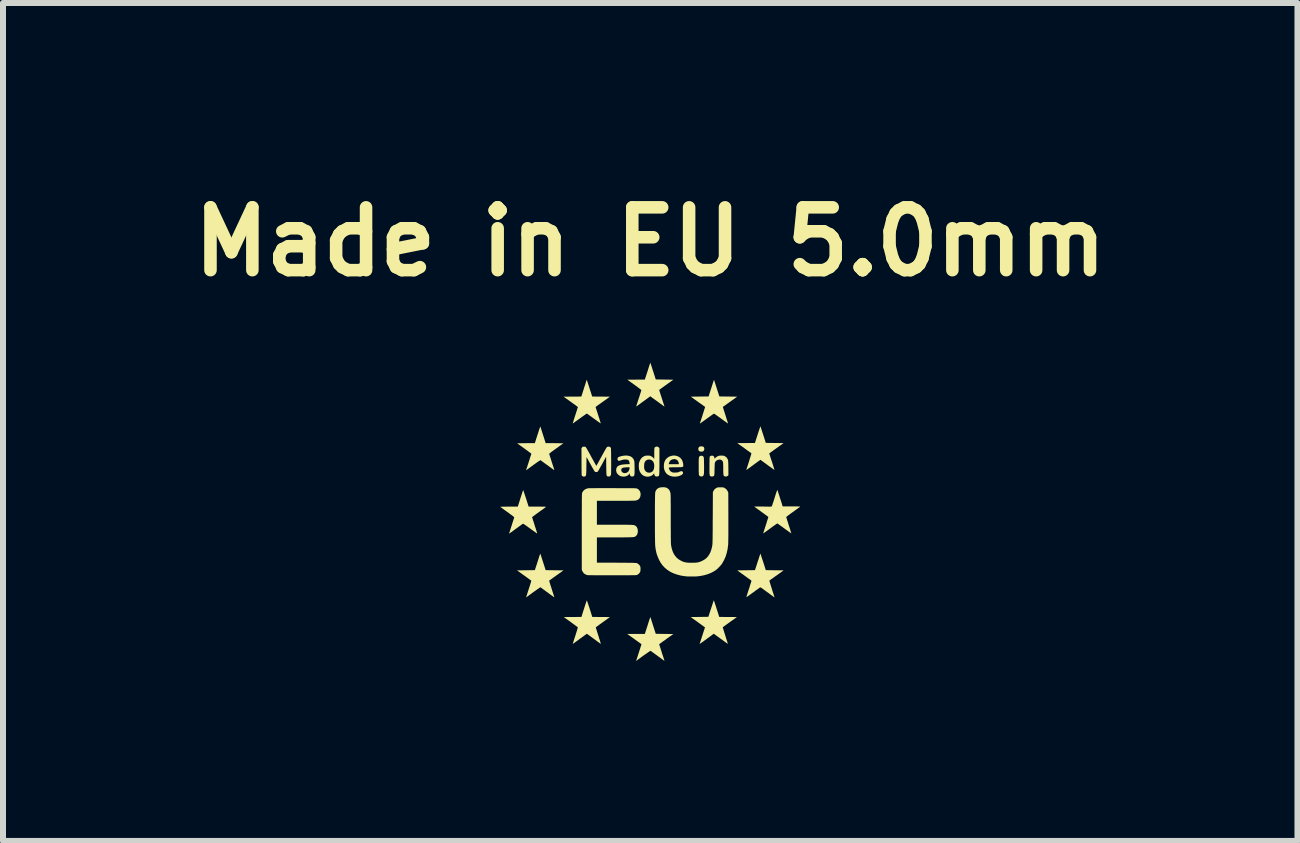
<source format=kicad_pcb>
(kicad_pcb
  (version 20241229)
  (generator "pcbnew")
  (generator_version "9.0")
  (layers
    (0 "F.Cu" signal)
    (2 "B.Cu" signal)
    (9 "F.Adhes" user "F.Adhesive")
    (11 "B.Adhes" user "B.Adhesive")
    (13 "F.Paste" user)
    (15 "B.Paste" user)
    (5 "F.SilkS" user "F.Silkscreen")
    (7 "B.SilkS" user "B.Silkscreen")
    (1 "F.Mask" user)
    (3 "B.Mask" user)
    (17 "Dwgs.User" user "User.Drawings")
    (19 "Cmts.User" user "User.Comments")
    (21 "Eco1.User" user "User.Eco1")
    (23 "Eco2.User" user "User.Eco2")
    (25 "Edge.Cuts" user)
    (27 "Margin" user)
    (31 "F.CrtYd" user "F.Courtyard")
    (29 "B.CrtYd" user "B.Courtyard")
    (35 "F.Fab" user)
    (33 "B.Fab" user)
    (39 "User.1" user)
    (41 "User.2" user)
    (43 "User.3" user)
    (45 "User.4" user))
  (footprint "Made in EU 5.0mm"
    (layer "F.Cu")
    (at 7.787 5.479)
    (property "Reference" "Made in EU 5.0mm" (at 0 -4.5 180) (layer "F.SilkS") (effects (font (size 1.047 1.047) (thickness 0.209))))
    (attr board_only exclude_from_pos_files exclude_from_bom)
    (fp_poly (pts (xy 0.868 -1.089) (xy 0.884 -1.084) (xy 0.895 -1.074) (xy 0.9 -1.06) (xy 0.901 -1.047) (xy 0.898 -1.028) (xy 0.889 -1.014) (xy 0.878 -1.006) (xy 0.865 -1.002) (xy 0.849 -1.002) (xy 0.833 -1.004) (xy 0.823 -1.007) (xy 0.812 -1.015) (xy 0.804 -1.028) (xy 0.801 -1.044) (xy 0.802 -1.06) (xy 0.809 -1.074) (xy 0.813 -1.079) (xy 0.821 -1.085) (xy 0.832 -1.088) (xy 0.846 -1.09)) (stroke (width 0) (type solid)) (fill yes) (layer "F.SilkS"))
    (fp_poly (pts (xy 0.87 -0.931) (xy 0.883 -0.923) (xy 0.891 -0.909) (xy 0.893 -0.9) (xy 0.894 -0.892) (xy 0.895 -0.878) (xy 0.895 -0.859) (xy 0.896 -0.835) (xy 0.896 -0.809) (xy 0.897 -0.78) (xy 0.897 -0.751) (xy 0.897 -0.723) (xy 0.897 -0.696) (xy 0.896 -0.672) (xy 0.896 -0.652) (xy 0.895 -0.636) (xy 0.894 -0.627) (xy 0.889 -0.609) (xy 0.882 -0.599) (xy 0.874 -0.592) (xy 0.866 -0.589) (xy 0.854 -0.588) (xy 0.853 -0.588) (xy 0.837 -0.59) (xy 0.825 -0.595) (xy 0.825 -0.596) (xy 0.817 -0.604) (xy 0.812 -0.616) (xy 0.811 -0.617) (xy 0.81 -0.625) (xy 0.81 -0.639) (xy 0.809 -0.658) (xy 0.808 -0.681) (xy 0.808 -0.708) (xy 0.808 -0.736) (xy 0.808 -0.765) (xy 0.808 -0.795) (xy 0.808 -0.823) (xy 0.808 -0.848) (xy 0.809 -0.871) (xy 0.81 -0.888) (xy 0.811 -0.9) (xy 0.811 -0.905) (xy 0.819 -0.92) (xy 0.831 -0.93) (xy 0.848 -0.934) (xy 0.853 -0.934)) (stroke (width 0) (type solid)) (fill yes) (layer "F.SilkS"))
    (fp_poly (pts (xy 1.838 -1.422) (xy 1.838 -1.422) (xy 1.839 -1.417) (xy 1.843 -1.406) (xy 1.848 -1.39) (xy 1.855 -1.368) (xy 1.863 -1.344) (xy 1.872 -1.316) (xy 1.882 -1.286) (xy 1.883 -1.282) (xy 1.926 -1.148) (xy 2.074 -1.146) (xy 2.222 -1.144) (xy 2.103 -1.059) (xy 2.077 -1.04) (xy 2.052 -1.023) (xy 2.031 -1.007) (xy 2.013 -0.994) (xy 1.998 -0.983) (xy 1.988 -0.975) (xy 1.984 -0.972) (xy 1.984 -0.971) (xy 1.985 -0.968) (xy 1.988 -0.957) (xy 1.993 -0.942) (xy 1.999 -0.921) (xy 2.007 -0.897) (xy 2.016 -0.869) (xy 2.026 -0.839) (xy 2.028 -0.834) (xy 2.038 -0.803) (xy 2.047 -0.775) (xy 2.054 -0.75) (xy 2.061 -0.729) (xy 2.066 -0.713) (xy 2.069 -0.702) (xy 2.071 -0.697) (xy 2.071 -0.697) (xy 2.068 -0.698) (xy 2.059 -0.704) (xy 2.046 -0.713) (xy 2.029 -0.726) (xy 2.008 -0.741) (xy 1.985 -0.757) (xy 1.959 -0.776) (xy 1.953 -0.781) (xy 1.836 -0.866) (xy 1.725 -0.785) (xy 1.694 -0.762) (xy 1.669 -0.743) (xy 1.648 -0.729) (xy 1.632 -0.717) (xy 1.62 -0.709) (xy 1.612 -0.703) (xy 1.606 -0.7) (xy 1.603 -0.698) (xy 1.601 -0.698) (xy 1.601 -0.699) (xy 1.602 -0.702) (xy 1.602 -0.702) (xy 1.614 -0.739) (xy 1.626 -0.775) (xy 1.637 -0.81) (xy 1.648 -0.844) (xy 1.657 -0.875) (xy 1.666 -0.903) (xy 1.674 -0.928) (xy 1.68 -0.948) (xy 1.684 -0.963) (xy 1.686 -0.972) (xy 1.686 -0.975) (xy 1.683 -0.977) (xy 1.674 -0.984) (xy 1.66 -0.994) (xy 1.642 -1.006) (xy 1.621 -1.021) (xy 1.598 -1.038) (xy 1.572 -1.057) (xy 1.567 -1.061) (xy 1.45 -1.144) (xy 1.598 -1.145) (xy 1.745 -1.146) (xy 1.777 -1.246) (xy 1.79 -1.286) (xy 1.801 -1.321) (xy 1.81 -1.349) (xy 1.818 -1.371) (xy 1.824 -1.389) (xy 1.828 -1.402) (xy 1.832 -1.412) (xy 1.834 -1.418) (xy 1.836 -1.421) (xy 1.837 -1.423)) (stroke (width 0) (type solid)) (fill yes) (layer "F.SilkS"))
    (fp_poly (pts (xy 0.005 1.761) (xy 0.008 1.772) (xy 0.014 1.789) (xy 0.02 1.81) (xy 0.028 1.835) (xy 0.037 1.863) (xy 0.047 1.893) (xy 0.048 1.898) (xy 0.092 2.034) (xy 0.238 2.036) (xy 0.385 2.038) (xy 0.275 2.116) (xy 0.25 2.135) (xy 0.226 2.152) (xy 0.204 2.167) (xy 0.186 2.181) (xy 0.171 2.191) (xy 0.162 2.198) (xy 0.157 2.202) (xy 0.149 2.209) (xy 0.192 2.343) (xy 0.201 2.373) (xy 0.211 2.401) (xy 0.219 2.426) (xy 0.226 2.448) (xy 0.231 2.465) (xy 0.235 2.476) (xy 0.236 2.482) (xy 0.237 2.482) (xy 0.237 2.485) (xy 0.234 2.483) (xy 0.228 2.479) (xy 0.218 2.472) (xy 0.204 2.462) (xy 0.186 2.449) (xy 0.166 2.434) (xy 0.144 2.418) (xy 0.121 2.401) (xy 0.099 2.385) (xy 0.076 2.369) (xy 0.056 2.354) (xy 0.038 2.341) (xy 0.023 2.33) (xy 0.012 2.322) (xy 0.006 2.318) (xy 0.005 2.317) (xy 0.001 2.319) (xy -0.007 2.325) (xy -0.021 2.333) (xy -0.038 2.345) (xy -0.058 2.359) (xy -0.079 2.374) (xy -0.103 2.39) (xy -0.127 2.407) (xy -0.15 2.424) (xy -0.173 2.441) (xy -0.194 2.456) (xy -0.212 2.47) (xy -0.227 2.481) (xy -0.231 2.484) (xy -0.234 2.486) (xy -0.234 2.482) (xy -0.234 2.482) (xy -0.232 2.477) (xy -0.229 2.466) (xy -0.223 2.45) (xy -0.217 2.43) (xy -0.209 2.407) (xy -0.201 2.381) (xy -0.193 2.355) (xy -0.184 2.328) (xy -0.176 2.303) (xy -0.168 2.279) (xy -0.162 2.258) (xy -0.156 2.241) (xy -0.152 2.228) (xy -0.15 2.223) (xy -0.146 2.207) (xy -0.265 2.121) (xy -0.384 2.036) (xy -0.237 2.036) (xy -0.09 2.036) (xy -0.063 1.953) (xy -0.054 1.925) (xy -0.044 1.894) (xy -0.035 1.864) (xy -0.026 1.837) (xy -0.019 1.814) (xy -0.018 1.811) (xy -0.011 1.792) (xy -0.006 1.776) (xy -0.001 1.764) (xy 0.002 1.757) (xy 0.003 1.757)) (stroke (width 0) (type solid)) (fill yes) (layer "F.SilkS"))
    (fp_poly (pts (xy -1.027 -2.106) (xy -1.018 -2.078) (xy -1.009 -2.049) (xy -1 -2.022) (xy -0.992 -1.997) (xy -0.985 -1.977) (xy -0.982 -1.966) (xy -0.967 -1.92) (xy -0.819 -1.919) (xy -0.672 -1.918) (xy -0.778 -1.842) (xy -0.803 -1.824) (xy -0.827 -1.807) (xy -0.849 -1.791) (xy -0.868 -1.778) (xy -0.883 -1.767) (xy -0.893 -1.759) (xy -0.897 -1.756) (xy -0.911 -1.745) (xy -0.867 -1.609) (xy -0.857 -1.578) (xy -0.848 -1.55) (xy -0.84 -1.525) (xy -0.834 -1.504) (xy -0.829 -1.487) (xy -0.825 -1.476) (xy -0.824 -1.471) (xy -0.824 -1.471) (xy -0.827 -1.473) (xy -0.836 -1.479) (xy -0.849 -1.488) (xy -0.866 -1.5) (xy -0.887 -1.515) (xy -0.91 -1.532) (xy -0.935 -1.55) (xy -0.938 -1.552) (xy -0.964 -1.571) (xy -0.987 -1.588) (xy -1.009 -1.603) (xy -1.027 -1.616) (xy -1.041 -1.627) (xy -1.051 -1.633) (xy -1.055 -1.636) (xy -1.055 -1.636) (xy -1.059 -1.635) (xy -1.069 -1.629) (xy -1.082 -1.62) (xy -1.1 -1.607) (xy -1.121 -1.593) (xy -1.145 -1.576) (xy -1.171 -1.557) (xy -1.175 -1.554) (xy -1.201 -1.535) (xy -1.225 -1.518) (xy -1.246 -1.503) (xy -1.264 -1.49) (xy -1.278 -1.48) (xy -1.288 -1.473) (xy -1.292 -1.47) (xy -1.292 -1.47) (xy -1.291 -1.473) (xy -1.289 -1.483) (xy -1.284 -1.498) (xy -1.278 -1.518) (xy -1.27 -1.543) (xy -1.262 -1.57) (xy -1.252 -1.6) (xy -1.25 -1.607) (xy -1.24 -1.637) (xy -1.231 -1.665) (xy -1.223 -1.69) (xy -1.216 -1.712) (xy -1.211 -1.729) (xy -1.207 -1.74) (xy -1.206 -1.745) (xy -1.206 -1.745) (xy -1.209 -1.748) (xy -1.217 -1.754) (xy -1.23 -1.764) (xy -1.247 -1.777) (xy -1.268 -1.792) (xy -1.292 -1.809) (xy -1.317 -1.827) (xy -1.325 -1.833) (xy -1.445 -1.918) (xy -1.296 -1.919) (xy -1.148 -1.92) (xy -1.113 -2.031) (xy -1.104 -2.06) (xy -1.095 -2.088) (xy -1.086 -2.114) (xy -1.079 -2.137) (xy -1.073 -2.156) (xy -1.069 -2.169) (xy -1.068 -2.172) (xy -1.058 -2.201)) (stroke (width 0) (type solid)) (fill yes) (layer "F.SilkS"))
    (fp_poly (pts (xy -1.056 1.479) (xy -1.052 1.489) (xy -1.047 1.503) (xy -1.04 1.523) (xy -1.032 1.547) (xy -1.023 1.574) (xy -1.013 1.604) (xy -1.01 1.613) (xy -0.966 1.753) (xy -0.819 1.754) (xy -0.671 1.755) (xy -0.79 1.84) (xy -0.816 1.859) (xy -0.84 1.876) (xy -0.861 1.892) (xy -0.879 1.905) (xy -0.894 1.916) (xy -0.903 1.923) (xy -0.908 1.927) (xy -0.908 1.927) (xy -0.907 1.932) (xy -0.904 1.942) (xy -0.899 1.958) (xy -0.892 1.978) (xy -0.885 2.003) (xy -0.876 2.03) (xy -0.866 2.06) (xy -0.865 2.064) (xy -0.856 2.094) (xy -0.847 2.122) (xy -0.839 2.146) (xy -0.833 2.167) (xy -0.828 2.184) (xy -0.824 2.195) (xy -0.823 2.2) (xy -0.823 2.2) (xy -0.826 2.199) (xy -0.834 2.194) (xy -0.846 2.187) (xy -0.856 2.179) (xy -0.868 2.171) (xy -0.884 2.159) (xy -0.904 2.144) (xy -0.927 2.127) (xy -0.951 2.11) (xy -0.972 2.094) (xy -1.056 2.033) (xy -1.158 2.107) (xy -1.183 2.125) (xy -1.207 2.143) (xy -1.228 2.158) (xy -1.247 2.172) (xy -1.262 2.183) (xy -1.272 2.19) (xy -1.276 2.193) (xy -1.285 2.199) (xy -1.29 2.201) (xy -1.291 2.2) (xy -1.29 2.195) (xy -1.288 2.19) (xy -1.284 2.178) (xy -1.279 2.161) (xy -1.272 2.139) (xy -1.264 2.114) (xy -1.255 2.086) (xy -1.246 2.059) (xy -1.237 2.029) (xy -1.228 2.002) (xy -1.221 1.978) (xy -1.215 1.957) (xy -1.21 1.941) (xy -1.207 1.931) (xy -1.207 1.927) (xy -1.21 1.924) (xy -1.219 1.917) (xy -1.232 1.906) (xy -1.25 1.893) (xy -1.271 1.878) (xy -1.294 1.861) (xy -1.32 1.842) (xy -1.325 1.838) (xy -1.442 1.755) (xy -1.294 1.754) (xy -1.146 1.753) (xy -1.139 1.73) (xy -1.132 1.706) (xy -1.124 1.68) (xy -1.115 1.652) (xy -1.106 1.624) (xy -1.097 1.595) (xy -1.088 1.568) (xy -1.08 1.543) (xy -1.072 1.52) (xy -1.066 1.502) (xy -1.061 1.487) (xy -1.058 1.479) (xy -1.057 1.477)) (stroke (width 0) (type solid)) (fill yes) (layer "F.SilkS"))
    (fp_poly (pts (xy 0.415 -0.936) (xy 0.446 -0.929) (xy 0.474 -0.917) (xy 0.499 -0.9) (xy 0.519 -0.878) (xy 0.53 -0.86) (xy 0.54 -0.836) (xy 0.547 -0.81) (xy 0.55 -0.784) (xy 0.551 -0.776) (xy 0.551 -0.767) (xy 0.55 -0.76) (xy 0.548 -0.754) (xy 0.544 -0.75) (xy 0.537 -0.747) (xy 0.527 -0.745) (xy 0.513 -0.743) (xy 0.493 -0.742) (xy 0.468 -0.742) (xy 0.437 -0.741) (xy 0.422 -0.741) (xy 0.389 -0.741) (xy 0.363 -0.741) (xy 0.343 -0.74) (xy 0.329 -0.74) (xy 0.319 -0.738) (xy 0.313 -0.736) (xy 0.31 -0.733) (xy 0.31 -0.729) (xy 0.311 -0.723) (xy 0.314 -0.716) (xy 0.315 -0.712) (xy 0.323 -0.693) (xy 0.335 -0.678) (xy 0.35 -0.666) (xy 0.355 -0.664) (xy 0.364 -0.659) (xy 0.372 -0.656) (xy 0.381 -0.654) (xy 0.393 -0.653) (xy 0.41 -0.653) (xy 0.415 -0.653) (xy 0.434 -0.654) (xy 0.448 -0.655) (xy 0.459 -0.656) (xy 0.47 -0.66) (xy 0.48 -0.664) (xy 0.499 -0.672) (xy 0.513 -0.676) (xy 0.524 -0.676) (xy 0.532 -0.673) (xy 0.538 -0.669) (xy 0.546 -0.657) (xy 0.547 -0.645) (xy 0.543 -0.633) (xy 0.533 -0.622) (xy 0.519 -0.612) (xy 0.5 -0.603) (xy 0.479 -0.595) (xy 0.455 -0.589) (xy 0.43 -0.586) (xy 0.404 -0.585) (xy 0.377 -0.587) (xy 0.359 -0.59) (xy 0.324 -0.601) (xy 0.294 -0.617) (xy 0.269 -0.638) (xy 0.25 -0.665) (xy 0.236 -0.696) (xy 0.228 -0.731) (xy 0.227 -0.761) (xy 0.229 -0.793) (xy 0.308 -0.793) (xy 0.392 -0.793) (xy 0.476 -0.793) (xy 0.476 -0.805) (xy 0.475 -0.815) (xy 0.471 -0.828) (xy 0.467 -0.836) (xy 0.455 -0.856) (xy 0.437 -0.869) (xy 0.416 -0.876) (xy 0.408 -0.877) (xy 0.382 -0.876) (xy 0.358 -0.869) (xy 0.338 -0.855) (xy 0.323 -0.836) (xy 0.313 -0.812) (xy 0.311 -0.805) (xy 0.308 -0.793) (xy 0.229 -0.793) (xy 0.229 -0.8) (xy 0.238 -0.834) (xy 0.253 -0.864) (xy 0.274 -0.889) (xy 0.3 -0.91) (xy 0.319 -0.92) (xy 0.351 -0.931) (xy 0.383 -0.937)) (stroke (width 0) (type solid)) (fill yes) (layer "F.SilkS"))
    (fp_poly (pts (xy 1.061 1.477) (xy 1.062 1.481) (xy 1.064 1.487) (xy 1.068 1.497) (xy 1.072 1.511) (xy 1.078 1.529) (xy 1.086 1.552) (xy 1.095 1.58) (xy 1.106 1.615) (xy 1.119 1.656) (xy 1.122 1.664) (xy 1.15 1.753) (xy 1.297 1.754) (xy 1.445 1.755) (xy 1.328 1.838) (xy 1.302 1.857) (xy 1.278 1.874) (xy 1.257 1.89) (xy 1.238 1.903) (xy 1.224 1.914) (xy 1.214 1.921) (xy 1.209 1.924) (xy 1.209 1.924) (xy 1.21 1.928) (xy 1.212 1.938) (xy 1.217 1.954) (xy 1.223 1.974) (xy 1.23 1.999) (xy 1.239 2.026) (xy 1.248 2.056) (xy 1.251 2.063) (xy 1.26 2.094) (xy 1.269 2.122) (xy 1.277 2.147) (xy 1.284 2.168) (xy 1.289 2.185) (xy 1.292 2.196) (xy 1.294 2.202) (xy 1.294 2.202) (xy 1.291 2.2) (xy 1.282 2.194) (xy 1.269 2.185) (xy 1.252 2.173) (xy 1.231 2.158) (xy 1.208 2.141) (xy 1.182 2.122) (xy 1.176 2.118) (xy 1.059 2.033) (xy 1.04 2.047) (xy 1.016 2.065) (xy 0.99 2.084) (xy 0.963 2.103) (xy 0.938 2.122) (xy 0.913 2.14) (xy 0.89 2.157) (xy 0.869 2.172) (xy 0.851 2.184) (xy 0.837 2.194) (xy 0.828 2.2) (xy 0.824 2.203) (xy 0.824 2.203) (xy 0.823 2.201) (xy 0.824 2.2) (xy 0.825 2.196) (xy 0.828 2.186) (xy 0.833 2.171) (xy 0.84 2.152) (xy 0.847 2.129) (xy 0.855 2.104) (xy 0.864 2.077) (xy 0.873 2.05) (xy 0.881 2.023) (xy 0.889 1.998) (xy 0.897 1.976) (xy 0.903 1.956) (xy 0.908 1.941) (xy 0.911 1.931) (xy 0.912 1.927) (xy 0.912 1.927) (xy 0.909 1.924) (xy 0.901 1.918) (xy 0.887 1.909) (xy 0.87 1.896) (xy 0.85 1.881) (xy 0.826 1.864) (xy 0.8 1.845) (xy 0.793 1.84) (xy 0.674 1.755) (xy 0.822 1.753) (xy 0.969 1.751) (xy 1.014 1.612) (xy 1.024 1.582) (xy 1.033 1.554) (xy 1.041 1.529) (xy 1.048 1.508) (xy 1.054 1.491) (xy 1.058 1.48) (xy 1.06 1.476) (xy 1.06 1.475)) (stroke (width 0) (type solid)) (fill yes) (layer "F.SilkS"))
    (fp_poly (pts (xy 0.004 -2.48) (xy 0.007 -2.469) (xy 0.012 -2.453) (xy 0.019 -2.432) (xy 0.027 -2.408) (xy 0.036 -2.38) (xy 0.045 -2.35) (xy 0.048 -2.343) (xy 0.092 -2.205) (xy 0.238 -2.203) (xy 0.385 -2.201) (xy 0.267 -2.116) (xy 0.241 -2.098) (xy 0.217 -2.08) (xy 0.195 -2.065) (xy 0.177 -2.051) (xy 0.163 -2.041) (xy 0.153 -2.034) (xy 0.149 -2.03) (xy 0.149 -2.03) (xy 0.15 -2.026) (xy 0.153 -2.016) (xy 0.158 -2.001) (xy 0.164 -1.982) (xy 0.171 -1.959) (xy 0.179 -1.934) (xy 0.188 -1.908) (xy 0.196 -1.881) (xy 0.205 -1.855) (xy 0.213 -1.829) (xy 0.22 -1.807) (xy 0.227 -1.787) (xy 0.232 -1.772) (xy 0.234 -1.763) (xy 0.236 -1.76) (xy 0.237 -1.757) (xy 0.237 -1.756) (xy 0.235 -1.755) (xy 0.232 -1.757) (xy 0.227 -1.76) (xy 0.218 -1.766) (xy 0.206 -1.775) (xy 0.19 -1.787) (xy 0.169 -1.802) (xy 0.143 -1.821) (xy 0.127 -1.833) (xy 0.102 -1.851) (xy 0.078 -1.868) (xy 0.057 -1.883) (xy 0.039 -1.896) (xy 0.025 -1.906) (xy 0.016 -1.913) (xy 0.013 -1.916) (xy 0.001 -1.924) (xy -0.099 -1.851) (xy -0.124 -1.833) (xy -0.148 -1.816) (xy -0.169 -1.8) (xy -0.188 -1.786) (xy -0.203 -1.775) (xy -0.214 -1.767) (xy -0.217 -1.765) (xy -0.227 -1.758) (xy -0.232 -1.755) (xy -0.234 -1.756) (xy -0.233 -1.76) (xy -0.233 -1.761) (xy -0.231 -1.766) (xy -0.227 -1.777) (xy -0.222 -1.794) (xy -0.215 -1.814) (xy -0.208 -1.838) (xy -0.2 -1.863) (xy -0.191 -1.89) (xy -0.182 -1.917) (xy -0.174 -1.943) (xy -0.166 -1.967) (xy -0.159 -1.989) (xy -0.154 -2.006) (xy -0.15 -2.019) (xy -0.147 -2.026) (xy -0.147 -2.027) (xy -0.15 -2.03) (xy -0.158 -2.037) (xy -0.171 -2.047) (xy -0.188 -2.06) (xy -0.208 -2.075) (xy -0.231 -2.093) (xy -0.257 -2.111) (xy -0.264 -2.116) (xy -0.382 -2.201) (xy -0.236 -2.202) (xy -0.09 -2.203) (xy -0.063 -2.286) (xy -0.054 -2.314) (xy -0.044 -2.344) (xy -0.035 -2.374) (xy -0.026 -2.402) (xy -0.019 -2.425) (xy -0.018 -2.428) (xy -0.011 -2.447) (xy -0.006 -2.464) (xy -0.001 -2.476) (xy 0.002 -2.483) (xy 0.002 -2.484)) (stroke (width 0) (type solid)) (fill yes) (layer "F.SilkS"))
    (fp_poly (pts (xy 1.837 0.701) (xy 1.84 0.71) (xy 1.846 0.725) (xy 1.852 0.745) (xy 1.86 0.769) (xy 1.869 0.796) (xy 1.879 0.826) (xy 1.882 0.835) (xy 1.926 0.973) (xy 2.075 0.975) (xy 2.223 0.977) (xy 2.107 1.061) (xy 2.08 1.079) (xy 2.056 1.097) (xy 2.035 1.112) (xy 2.016 1.125) (xy 2.001 1.136) (xy 1.991 1.143) (xy 1.987 1.147) (xy 1.986 1.147) (xy 1.987 1.151) (xy 1.989 1.161) (xy 1.993 1.177) (xy 2 1.199) (xy 2.008 1.225) (xy 2.017 1.255) (xy 2.028 1.288) (xy 2.037 1.319) (xy 2.046 1.347) (xy 2.055 1.372) (xy 2.061 1.394) (xy 2.067 1.41) (xy 2.07 1.422) (xy 2.072 1.427) (xy 2.072 1.428) (xy 2.069 1.426) (xy 2.06 1.42) (xy 2.047 1.41) (xy 2.03 1.398) (xy 2.009 1.383) (xy 1.986 1.366) (xy 1.961 1.347) (xy 1.954 1.342) (xy 1.924 1.321) (xy 1.9 1.303) (xy 1.881 1.289) (xy 1.865 1.278) (xy 1.854 1.27) (xy 1.845 1.265) (xy 1.839 1.262) (xy 1.835 1.261) (xy 1.832 1.261) (xy 1.829 1.262) (xy 1.825 1.265) (xy 1.815 1.272) (xy 1.8 1.283) (xy 1.782 1.296) (xy 1.76 1.311) (xy 1.737 1.329) (xy 1.713 1.346) (xy 1.688 1.364) (xy 1.665 1.381) (xy 1.644 1.396) (xy 1.627 1.408) (xy 1.614 1.417) (xy 1.605 1.423) (xy 1.602 1.425) (xy 1.603 1.421) (xy 1.606 1.411) (xy 1.61 1.395) (xy 1.617 1.375) (xy 1.624 1.351) (xy 1.633 1.323) (xy 1.643 1.293) (xy 1.645 1.288) (xy 1.655 1.257) (xy 1.663 1.229) (xy 1.671 1.204) (xy 1.678 1.183) (xy 1.683 1.166) (xy 1.686 1.155) (xy 1.687 1.15) (xy 1.687 1.15) (xy 1.684 1.147) (xy 1.676 1.14) (xy 1.664 1.131) (xy 1.649 1.12) (xy 1.642 1.116) (xy 1.626 1.104) (xy 1.605 1.089) (xy 1.582 1.072) (xy 1.557 1.054) (xy 1.533 1.037) (xy 1.524 1.031) (xy 1.45 0.977) (xy 1.598 0.975) (xy 1.746 0.973) (xy 1.79 0.836) (xy 1.8 0.806) (xy 1.809 0.778) (xy 1.817 0.752) (xy 1.824 0.731) (xy 1.83 0.714) (xy 1.833 0.703) (xy 1.835 0.698) (xy 1.836 0.698)) (stroke (width 0) (type solid)) (fill yes) (layer "F.SilkS"))
    (fp_poly (pts (xy -1.831 0.7) (xy -1.83 0.704) (xy -1.826 0.715) (xy -1.821 0.732) (xy -1.814 0.753) (xy -1.806 0.778) (xy -1.797 0.806) (xy -1.787 0.836) (xy -1.786 0.839) (xy -1.743 0.973) (xy -1.595 0.975) (xy -1.446 0.977) (xy -1.565 1.062) (xy -1.591 1.081) (xy -1.616 1.098) (xy -1.637 1.114) (xy -1.656 1.127) (xy -1.67 1.138) (xy -1.68 1.145) (xy -1.685 1.148) (xy -1.685 1.148) (xy -1.684 1.152) (xy -1.681 1.162) (xy -1.677 1.177) (xy -1.67 1.198) (xy -1.663 1.222) (xy -1.654 1.249) (xy -1.644 1.279) (xy -1.642 1.288) (xy -1.632 1.319) (xy -1.623 1.347) (xy -1.615 1.372) (xy -1.608 1.394) (xy -1.603 1.41) (xy -1.599 1.422) (xy -1.598 1.427) (xy -1.598 1.427) (xy -1.601 1.425) (xy -1.609 1.419) (xy -1.622 1.41) (xy -1.639 1.398) (xy -1.66 1.383) (xy -1.683 1.366) (xy -1.708 1.347) (xy -1.712 1.344) (xy -1.738 1.326) (xy -1.761 1.308) (xy -1.783 1.293) (xy -1.801 1.279) (xy -1.815 1.269) (xy -1.825 1.262) (xy -1.83 1.259) (xy -1.83 1.259) (xy -1.834 1.261) (xy -1.843 1.266) (xy -1.857 1.276) (xy -1.875 1.288) (xy -1.896 1.303) (xy -1.92 1.32) (xy -1.945 1.338) (xy -1.952 1.343) (xy -1.978 1.362) (xy -2.002 1.379) (xy -2.023 1.395) (xy -2.041 1.408) (xy -2.055 1.418) (xy -2.065 1.425) (xy -2.069 1.427) (xy -2.069 1.428) (xy -2.068 1.424) (xy -2.065 1.414) (xy -2.06 1.398) (xy -2.053 1.378) (xy -2.046 1.354) (xy -2.037 1.326) (xy -2.027 1.296) (xy -2.025 1.289) (xy -2.015 1.259) (xy -2.006 1.23) (xy -1.998 1.205) (xy -1.992 1.184) (xy -1.987 1.167) (xy -1.983 1.155) (xy -1.982 1.15) (xy -1.982 1.149) (xy -1.985 1.147) (xy -1.994 1.14) (xy -2.008 1.13) (xy -2.025 1.117) (xy -2.046 1.102) (xy -2.07 1.085) (xy -2.095 1.066) (xy -2.102 1.062) (xy -2.22 0.977) (xy -2.071 0.975) (xy -1.923 0.973) (xy -1.893 0.882) (xy -1.884 0.854) (xy -1.875 0.825) (xy -1.866 0.797) (xy -1.858 0.772) (xy -1.852 0.751) (xy -1.849 0.742) (xy -1.843 0.725) (xy -1.838 0.712) (xy -1.834 0.703) (xy -1.832 0.699)) (stroke (width 0) (type solid)) (fill yes) (layer "F.SilkS"))
    (fp_poly (pts (xy 1.066 -2.191) (xy 1.069 -2.18) (xy 1.074 -2.164) (xy 1.081 -2.142) (xy 1.089 -2.118) (xy 1.098 -2.09) (xy 1.108 -2.06) (xy 1.109 -2.056) (xy 1.152 -1.922) (xy 1.301 -1.92) (xy 1.449 -1.918) (xy 1.33 -1.833) (xy 1.304 -1.814) (xy 1.28 -1.797) (xy 1.258 -1.781) (xy 1.24 -1.768) (xy 1.225 -1.758) (xy 1.215 -1.751) (xy 1.211 -1.747) (xy 1.21 -1.747) (xy 1.211 -1.744) (xy 1.214 -1.734) (xy 1.219 -1.718) (xy 1.225 -1.698) (xy 1.233 -1.674) (xy 1.242 -1.646) (xy 1.251 -1.616) (xy 1.254 -1.609) (xy 1.263 -1.579) (xy 1.272 -1.55) (xy 1.28 -1.525) (xy 1.287 -1.504) (xy 1.292 -1.487) (xy 1.295 -1.476) (xy 1.297 -1.471) (xy 1.297 -1.471) (xy 1.294 -1.472) (xy 1.285 -1.478) (xy 1.272 -1.487) (xy 1.255 -1.5) (xy 1.234 -1.514) (xy 1.211 -1.531) (xy 1.186 -1.55) (xy 1.182 -1.552) (xy 1.156 -1.571) (xy 1.132 -1.588) (xy 1.111 -1.604) (xy 1.092 -1.616) (xy 1.078 -1.626) (xy 1.068 -1.633) (xy 1.063 -1.636) (xy 1.063 -1.636) (xy 1.059 -1.633) (xy 1.049 -1.627) (xy 1.035 -1.618) (xy 1.017 -1.605) (xy 0.996 -1.59) (xy 0.972 -1.573) (xy 0.947 -1.555) (xy 0.944 -1.553) (xy 0.918 -1.534) (xy 0.895 -1.517) (xy 0.874 -1.502) (xy 0.856 -1.489) (xy 0.842 -1.479) (xy 0.833 -1.473) (xy 0.829 -1.47) (xy 0.828 -1.47) (xy 0.828 -1.473) (xy 0.83 -1.48) (xy 0.835 -1.496) (xy 0.841 -1.515) (xy 0.849 -1.538) (xy 0.857 -1.564) (xy 0.866 -1.59) (xy 0.874 -1.618) (xy 0.883 -1.645) (xy 0.891 -1.67) (xy 0.898 -1.694) (xy 0.905 -1.714) (xy 0.91 -1.73) (xy 0.913 -1.741) (xy 0.915 -1.747) (xy 0.915 -1.747) (xy 0.912 -1.749) (xy 0.903 -1.756) (xy 0.89 -1.765) (xy 0.872 -1.778) (xy 0.852 -1.793) (xy 0.828 -1.809) (xy 0.802 -1.828) (xy 0.795 -1.833) (xy 0.676 -1.918) (xy 0.825 -1.92) (xy 0.973 -1.922) (xy 0.999 -2.004) (xy 1.008 -2.032) (xy 1.018 -2.062) (xy 1.027 -2.091) (xy 1.036 -2.119) (xy 1.043 -2.141) (xy 1.044 -2.143) (xy 1.05 -2.162) (xy 1.055 -2.178) (xy 1.06 -2.189) (xy 1.063 -2.195) (xy 1.064 -2.196)) (stroke (width 0) (type solid)) (fill yes) (layer "F.SilkS"))
    (fp_poly (pts (xy -1.831 -1.417) (xy -1.827 -1.407) (xy -1.822 -1.391) (xy -1.815 -1.37) (xy -1.807 -1.346) (xy -1.799 -1.318) (xy -1.789 -1.288) (xy -1.787 -1.282) (xy -1.743 -1.144) (xy -1.595 -1.143) (xy -1.448 -1.141) (xy -1.567 -1.055) (xy -1.597 -1.033) (xy -1.622 -1.015) (xy -1.642 -1.001) (xy -1.657 -0.989) (xy -1.668 -0.981) (xy -1.676 -0.974) (xy -1.681 -0.969) (xy -1.683 -0.965) (xy -1.684 -0.963) (xy -1.684 -0.962) (xy -1.682 -0.956) (xy -1.678 -0.945) (xy -1.673 -0.928) (xy -1.666 -0.907) (xy -1.658 -0.884) (xy -1.65 -0.858) (xy -1.642 -0.831) (xy -1.633 -0.805) (xy -1.625 -0.779) (xy -1.617 -0.755) (xy -1.61 -0.734) (xy -1.605 -0.716) (xy -1.601 -0.704) (xy -1.599 -0.697) (xy -1.598 -0.697) (xy -1.599 -0.694) (xy -1.601 -0.695) (xy -1.605 -0.697) (xy -1.614 -0.703) (xy -1.627 -0.713) (xy -1.644 -0.725) (xy -1.663 -0.739) (xy -1.685 -0.755) (xy -1.707 -0.771) (xy -1.73 -0.788) (xy -1.753 -0.804) (xy -1.774 -0.819) (xy -1.792 -0.833) (xy -1.808 -0.844) (xy -1.82 -0.853) (xy -1.828 -0.859) (xy -1.829 -0.86) (xy -1.833 -0.858) (xy -1.842 -0.853) (xy -1.856 -0.844) (xy -1.874 -0.832) (xy -1.896 -0.816) (xy -1.92 -0.799) (xy -1.947 -0.78) (xy -1.95 -0.777) (xy -1.976 -0.759) (xy -2 -0.741) (xy -2.021 -0.726) (xy -2.039 -0.713) (xy -2.054 -0.702) (xy -2.064 -0.695) (xy -2.068 -0.692) (xy -2.068 -0.692) (xy -2.069 -0.695) (xy -2.068 -0.698) (xy -2.066 -0.703) (xy -2.063 -0.714) (xy -2.057 -0.73) (xy -2.05 -0.751) (xy -2.042 -0.776) (xy -2.033 -0.804) (xy -2.024 -0.833) (xy -2.014 -0.862) (xy -2.006 -0.89) (xy -1.998 -0.914) (xy -1.991 -0.935) (xy -1.986 -0.951) (xy -1.982 -0.962) (xy -1.981 -0.966) (xy -1.984 -0.969) (xy -1.992 -0.975) (xy -2.005 -0.986) (xy -2.022 -0.998) (xy -2.042 -1.014) (xy -2.066 -1.031) (xy -2.091 -1.05) (xy -2.099 -1.055) (xy -2.218 -1.141) (xy -2.071 -1.143) (xy -1.923 -1.144) (xy -1.905 -1.2) (xy -1.899 -1.221) (xy -1.89 -1.247) (xy -1.881 -1.276) (xy -1.871 -1.306) (xy -1.862 -1.334) (xy -1.861 -1.339) (xy -1.853 -1.362) (xy -1.846 -1.383) (xy -1.84 -1.4) (xy -1.836 -1.413) (xy -1.833 -1.419) (xy -1.832 -1.42)) (stroke (width 0) (type solid)) (fill yes) (layer "F.SilkS"))
    (fp_poly (pts (xy 1.203 -0.936) (xy 1.216 -0.935) (xy 1.226 -0.933) (xy 1.236 -0.929) (xy 1.244 -0.925) (xy 1.262 -0.914) (xy 1.276 -0.9) (xy 1.288 -0.88) (xy 1.293 -0.87) (xy 1.295 -0.864) (xy 1.297 -0.858) (xy 1.298 -0.851) (xy 1.299 -0.842) (xy 1.3 -0.83) (xy 1.3 -0.815) (xy 1.301 -0.795) (xy 1.301 -0.769) (xy 1.302 -0.737) (xy 1.302 -0.73) (xy 1.303 -0.61) (xy 1.292 -0.599) (xy 1.278 -0.59) (xy 1.262 -0.587) (xy 1.245 -0.589) (xy 1.233 -0.594) (xy 1.229 -0.598) (xy 1.225 -0.603) (xy 1.222 -0.61) (xy 1.22 -0.62) (xy 1.219 -0.634) (xy 1.218 -0.652) (xy 1.217 -0.676) (xy 1.217 -0.706) (xy 1.217 -0.718) (xy 1.217 -0.749) (xy 1.216 -0.776) (xy 1.215 -0.799) (xy 1.214 -0.816) (xy 1.213 -0.826) (xy 1.213 -0.828) (xy 1.204 -0.846) (xy 1.191 -0.859) (xy 1.174 -0.868) (xy 1.168 -0.869) (xy 1.147 -0.869) (xy 1.125 -0.864) (xy 1.106 -0.854) (xy 1.098 -0.848) (xy 1.091 -0.841) (xy 1.086 -0.834) (xy 1.082 -0.827) (xy 1.079 -0.818) (xy 1.076 -0.807) (xy 1.075 -0.792) (xy 1.074 -0.773) (xy 1.073 -0.748) (xy 1.072 -0.717) (xy 1.072 -0.708) (xy 1.071 -0.678) (xy 1.071 -0.654) (xy 1.07 -0.636) (xy 1.069 -0.623) (xy 1.068 -0.614) (xy 1.067 -0.608) (xy 1.066 -0.603) (xy 1.064 -0.601) (xy 1.062 -0.599) (xy 1.05 -0.591) (xy 1.034 -0.587) (xy 1.017 -0.588) (xy 1.01 -0.59) (xy 1.004 -0.592) (xy 0.999 -0.595) (xy 0.995 -0.6) (xy 0.992 -0.607) (xy 0.99 -0.618) (xy 0.988 -0.632) (xy 0.987 -0.65) (xy 0.987 -0.674) (xy 0.987 -0.703) (xy 0.987 -0.738) (xy 0.987 -0.767) (xy 0.987 -0.804) (xy 0.988 -0.835) (xy 0.988 -0.859) (xy 0.988 -0.878) (xy 0.989 -0.893) (xy 0.99 -0.904) (xy 0.99 -0.911) (xy 0.992 -0.916) (xy 0.993 -0.92) (xy 0.995 -0.922) (xy 0.995 -0.923) (xy 1.007 -0.931) (xy 1.023 -0.935) (xy 1.037 -0.935) (xy 1.053 -0.929) (xy 1.063 -0.918) (xy 1.069 -0.901) (xy 1.07 -0.9) (xy 1.072 -0.883) (xy 1.087 -0.899) (xy 1.1 -0.91) (xy 1.117 -0.921) (xy 1.125 -0.925) (xy 1.137 -0.93) (xy 1.147 -0.933) (xy 1.159 -0.935) (xy 1.174 -0.936) (xy 1.185 -0.936)) (stroke (width 0) (type solid)) (fill yes) (layer "F.SilkS"))
    (fp_poly (pts (xy 0.124 -1.084) (xy 0.137 -1.077) (xy 0.142 -1.072) (xy 0.153 -1.061) (xy 0.153 -0.839) (xy 0.153 -0.791) (xy 0.153 -0.75) (xy 0.152 -0.716) (xy 0.152 -0.687) (xy 0.152 -0.663) (xy 0.151 -0.644) (xy 0.15 -0.629) (xy 0.149 -0.618) (xy 0.147 -0.609) (xy 0.146 -0.603) (xy 0.143 -0.599) (xy 0.14 -0.596) (xy 0.137 -0.593) (xy 0.134 -0.592) (xy 0.123 -0.588) (xy 0.109 -0.588) (xy 0.095 -0.589) (xy 0.086 -0.592) (xy 0.078 -0.599) (xy 0.071 -0.611) (xy 0.067 -0.625) (xy 0.067 -0.632) (xy 0.067 -0.642) (xy 0.055 -0.628) (xy 0.035 -0.609) (xy 0.011 -0.596) (xy -0.017 -0.587) (xy -0.046 -0.584) (xy -0.076 -0.588) (xy -0.082 -0.589) (xy -0.111 -0.601) (xy -0.136 -0.618) (xy -0.157 -0.642) (xy -0.174 -0.67) (xy -0.185 -0.703) (xy -0.186 -0.705) (xy -0.188 -0.721) (xy -0.19 -0.742) (xy -0.19 -0.761) (xy -0.102 -0.761) (xy -0.102 -0.742) (xy -0.101 -0.727) (xy -0.099 -0.717) (xy -0.096 -0.707) (xy -0.094 -0.702) (xy -0.081 -0.679) (xy -0.064 -0.664) (xy -0.045 -0.655) (xy -0.021 -0.651) (xy -0.019 -0.651) (xy -0.001 -0.653) (xy 0.014 -0.657) (xy 0.017 -0.658) (xy 0.036 -0.671) (xy 0.051 -0.69) (xy 0.061 -0.714) (xy 0.066 -0.744) (xy 0.066 -0.75) (xy 0.066 -0.784) (xy 0.06 -0.812) (xy 0.049 -0.835) (xy 0.033 -0.853) (xy 0.019 -0.862) (xy -0.002 -0.869) (xy -0.024 -0.871) (xy -0.046 -0.867) (xy -0.065 -0.858) (xy -0.077 -0.848) (xy -0.088 -0.833) (xy -0.096 -0.815) (xy -0.1 -0.794) (xy -0.102 -0.768) (xy -0.102 -0.761) (xy -0.19 -0.761) (xy -0.19 -0.765) (xy -0.19 -0.787) (xy -0.188 -0.806) (xy -0.186 -0.817) (xy -0.174 -0.85) (xy -0.158 -0.879) (xy -0.137 -0.903) (xy -0.111 -0.921) (xy -0.103 -0.925) (xy -0.091 -0.93) (xy -0.081 -0.933) (xy -0.07 -0.935) (xy -0.055 -0.936) (xy -0.043 -0.936) (xy -0.025 -0.936) (xy -0.012 -0.935) (xy -0.002 -0.933) (xy 0.008 -0.929) (xy 0.016 -0.925) (xy 0.031 -0.916) (xy 0.045 -0.905) (xy 0.052 -0.897) (xy 0.067 -0.881) (xy 0.067 -0.969) (xy 0.067 -1.002) (xy 0.068 -1.029) (xy 0.069 -1.049) (xy 0.07 -1.061) (xy 0.071 -1.066) (xy 0.08 -1.077) (xy 0.093 -1.083) (xy 0.108 -1.086)) (stroke (width 0) (type solid)) (fill yes) (layer "F.SilkS"))
    (fp_poly (pts (xy -0.393 -0.937) (xy -0.358 -0.932) (xy -0.329 -0.923) (xy -0.305 -0.908) (xy -0.286 -0.888) (xy -0.272 -0.863) (xy -0.272 -0.862) (xy -0.269 -0.854) (xy -0.267 -0.847) (xy -0.265 -0.839) (xy -0.264 -0.829) (xy -0.263 -0.815) (xy -0.262 -0.798) (xy -0.262 -0.775) (xy -0.261 -0.746) (xy -0.261 -0.743) (xy -0.261 -0.706) (xy -0.261 -0.675) (xy -0.261 -0.651) (xy -0.262 -0.632) (xy -0.264 -0.617) (xy -0.267 -0.606) (xy -0.271 -0.599) (xy -0.277 -0.594) (xy -0.283 -0.59) (xy -0.29 -0.588) (xy -0.309 -0.587) (xy -0.324 -0.593) (xy -0.335 -0.604) (xy -0.341 -0.621) (xy -0.342 -0.627) (xy -0.344 -0.642) (xy -0.352 -0.628) (xy -0.367 -0.611) (xy -0.387 -0.598) (xy -0.411 -0.589) (xy -0.438 -0.586) (xy -0.468 -0.587) (xy -0.473 -0.588) (xy -0.496 -0.594) (xy -0.517 -0.605) (xy -0.537 -0.622) (xy -0.538 -0.623) (xy -0.55 -0.636) (xy -0.558 -0.648) (xy -0.564 -0.663) (xy -0.564 -0.664) (xy -0.568 -0.69) (xy -0.568 -0.696) (xy -0.483 -0.696) (xy -0.481 -0.681) (xy -0.479 -0.675) (xy -0.467 -0.659) (xy -0.45 -0.649) (xy -0.43 -0.644) (xy -0.407 -0.646) (xy -0.401 -0.648) (xy -0.381 -0.657) (xy -0.365 -0.672) (xy -0.353 -0.691) (xy -0.346 -0.714) (xy -0.346 -0.722) (xy -0.344 -0.742) (xy -0.387 -0.741) (xy -0.419 -0.739) (xy -0.444 -0.736) (xy -0.462 -0.73) (xy -0.474 -0.723) (xy -0.474 -0.722) (xy -0.48 -0.711) (xy -0.483 -0.696) (xy -0.568 -0.696) (xy -0.566 -0.716) (xy -0.558 -0.736) (xy -0.551 -0.748) (xy -0.542 -0.758) (xy -0.53 -0.765) (xy -0.517 -0.772) (xy -0.502 -0.778) (xy -0.485 -0.782) (xy -0.464 -0.786) (xy -0.439 -0.789) (xy -0.409 -0.791) (xy -0.395 -0.792) (xy -0.342 -0.794) (xy -0.345 -0.815) (xy -0.349 -0.835) (xy -0.355 -0.85) (xy -0.366 -0.861) (xy -0.37 -0.864) (xy -0.382 -0.868) (xy -0.399 -0.87) (xy -0.419 -0.871) (xy -0.442 -0.869) (xy -0.463 -0.865) (xy -0.483 -0.859) (xy -0.485 -0.858) (xy -0.504 -0.852) (xy -0.518 -0.849) (xy -0.528 -0.85) (xy -0.536 -0.855) (xy -0.54 -0.859) (xy -0.546 -0.872) (xy -0.546 -0.886) (xy -0.54 -0.9) (xy -0.534 -0.907) (xy -0.52 -0.915) (xy -0.5 -0.922) (xy -0.477 -0.928) (xy -0.451 -0.933) (xy -0.425 -0.936) (xy -0.4 -0.937)) (stroke (width 0) (type solid)) (fill yes) (layer "F.SilkS"))
    (fp_poly (pts (xy -2.116 -0.359) (xy -2.113 -0.35) (xy -2.108 -0.335) (xy -2.101 -0.315) (xy -2.093 -0.291) (xy -2.084 -0.264) (xy -2.074 -0.234) (xy -2.071 -0.225) (xy -2.027 -0.086) (xy -1.88 -0.086) (xy -1.841 -0.086) (xy -1.807 -0.085) (xy -1.78 -0.085) (xy -1.759 -0.084) (xy -1.744 -0.083) (xy -1.737 -0.083) (xy -1.736 -0.082) (xy -1.739 -0.079) (xy -1.748 -0.072) (xy -1.762 -0.062) (xy -1.779 -0.049) (xy -1.8 -0.034) (xy -1.824 -0.017) (xy -1.849 0.001) (xy -1.853 0.004) (xy -1.879 0.023) (xy -1.903 0.04) (xy -1.924 0.056) (xy -1.942 0.069) (xy -1.956 0.08) (xy -1.965 0.087) (xy -1.969 0.09) (xy -1.969 0.09) (xy -1.968 0.095) (xy -1.964 0.105) (xy -1.959 0.121) (xy -1.953 0.142) (xy -1.945 0.166) (xy -1.936 0.194) (xy -1.927 0.224) (xy -1.926 0.228) (xy -1.916 0.258) (xy -1.907 0.286) (xy -1.899 0.31) (xy -1.893 0.331) (xy -1.888 0.347) (xy -1.885 0.358) (xy -1.884 0.363) (xy -1.884 0.363) (xy -1.887 0.361) (xy -1.896 0.356) (xy -1.909 0.346) (xy -1.926 0.334) (xy -1.947 0.319) (xy -1.97 0.303) (xy -1.995 0.284) (xy -2 0.281) (xy -2.029 0.26) (xy -2.054 0.242) (xy -2.076 0.226) (xy -2.095 0.214) (xy -2.108 0.205) (xy -2.117 0.2) (xy -2.12 0.199) (xy -2.124 0.201) (xy -2.134 0.208) (xy -2.148 0.218) (xy -2.166 0.231) (xy -2.187 0.246) (xy -2.21 0.263) (xy -2.234 0.28) (xy -2.264 0.302) (xy -2.288 0.32) (xy -2.307 0.334) (xy -2.322 0.344) (xy -2.334 0.352) (xy -2.341 0.358) (xy -2.347 0.362) (xy -2.35 0.363) (xy -2.351 0.364) (xy -2.352 0.363) (xy -2.352 0.363) (xy -2.351 0.359) (xy -2.348 0.349) (xy -2.343 0.333) (xy -2.336 0.312) (xy -2.329 0.288) (xy -2.32 0.261) (xy -2.31 0.231) (xy -2.309 0.228) (xy -2.3 0.198) (xy -2.291 0.17) (xy -2.283 0.145) (xy -2.276 0.124) (xy -2.271 0.108) (xy -2.268 0.096) (xy -2.266 0.091) (xy -2.266 0.091) (xy -2.269 0.088) (xy -2.278 0.081) (xy -2.291 0.071) (xy -2.308 0.058) (xy -2.329 0.043) (xy -2.352 0.025) (xy -2.377 0.007) (xy -2.382 0.004) (xy -2.408 -0.015) (xy -2.432 -0.032) (xy -2.453 -0.048) (xy -2.471 -0.061) (xy -2.485 -0.071) (xy -2.495 -0.079) (xy -2.499 -0.082) (xy -2.499 -0.082) (xy -2.496 -0.083) (xy -2.486 -0.084) (xy -2.471 -0.084) (xy -2.45 -0.085) (xy -2.424 -0.085) (xy -2.395 -0.085) (xy -2.363 -0.086) (xy -2.354 -0.086) (xy -2.207 -0.086) (xy -2.2 -0.109) (xy -2.192 -0.134) (xy -2.183 -0.162) (xy -2.174 -0.19) (xy -2.165 -0.219) (xy -2.156 -0.248) (xy -2.147 -0.275) (xy -2.139 -0.3) (xy -2.132 -0.322) (xy -2.126 -0.34) (xy -2.121 -0.353) (xy -2.119 -0.36) (xy -2.118 -0.362)) (stroke (width 0) (type solid)) (fill yes) (layer "F.SilkS"))
    (fp_poly (pts (xy -0.678 -1.083) (xy -0.666 -1.077) (xy -0.658 -1.066) (xy -0.655 -1.057) (xy -0.654 -1.051) (xy -0.654 -1.039) (xy -0.653 -1.02) (xy -0.653 -0.997) (xy -0.652 -0.969) (xy -0.652 -0.939) (xy -0.652 -0.906) (xy -0.651 -0.871) (xy -0.651 -0.835) (xy -0.651 -0.8) (xy -0.651 -0.766) (xy -0.651 -0.733) (xy -0.652 -0.703) (xy -0.652 -0.676) (xy -0.652 -0.654) (xy -0.653 -0.636) (xy -0.653 -0.625) (xy -0.654 -0.621) (xy -0.659 -0.605) (xy -0.67 -0.593) (xy -0.685 -0.587) (xy -0.703 -0.588) (xy -0.706 -0.589) (xy -0.712 -0.59) (xy -0.717 -0.592) (xy -0.721 -0.595) (xy -0.724 -0.6) (xy -0.727 -0.607) (xy -0.728 -0.617) (xy -0.73 -0.631) (xy -0.731 -0.649) (xy -0.732 -0.672) (xy -0.732 -0.7) (xy -0.733 -0.735) (xy -0.733 -0.765) (xy -0.735 -0.918) (xy -0.789 -0.82) (xy -0.808 -0.784) (xy -0.825 -0.755) (xy -0.838 -0.73) (xy -0.849 -0.711) (xy -0.857 -0.696) (xy -0.864 -0.685) (xy -0.87 -0.677) (xy -0.874 -0.671) (xy -0.878 -0.667) (xy -0.881 -0.665) (xy -0.885 -0.664) (xy -0.887 -0.663) (xy -0.905 -0.661) (xy -0.919 -0.666) (xy -0.926 -0.671) (xy -0.929 -0.676) (xy -0.936 -0.687) (xy -0.945 -0.703) (xy -0.957 -0.723) (xy -0.97 -0.746) (xy -0.984 -0.772) (xy -0.998 -0.796) (xy -1.062 -0.913) (xy -1.064 -0.763) (xy -1.065 -0.723) (xy -1.065 -0.69) (xy -1.066 -0.663) (xy -1.067 -0.642) (xy -1.068 -0.625) (xy -1.07 -0.612) (xy -1.073 -0.603) (xy -1.076 -0.597) (xy -1.08 -0.593) (xy -1.086 -0.59) (xy -1.093 -0.588) (xy -1.101 -0.586) (xy -1.102 -0.586) (xy -1.109 -0.586) (xy -1.119 -0.588) (xy -1.129 -0.593) (xy -1.137 -0.599) (xy -1.139 -0.601) (xy -1.14 -0.604) (xy -1.141 -0.608) (xy -1.142 -0.613) (xy -1.143 -0.621) (xy -1.143 -0.632) (xy -1.144 -0.646) (xy -1.144 -0.664) (xy -1.144 -0.687) (xy -1.145 -0.715) (xy -1.145 -0.749) (xy -1.145 -0.79) (xy -1.145 -0.834) (xy -1.146 -1.06) (xy -1.135 -1.073) (xy -1.128 -1.08) (xy -1.121 -1.083) (xy -1.112 -1.085) (xy -1.104 -1.085) (xy -1.091 -1.084) (xy -1.082 -1.082) (xy -1.075 -1.077) (xy -1.072 -1.074) (xy -1.068 -1.068) (xy -1.061 -1.057) (xy -1.052 -1.04) (xy -1.039 -1.019) (xy -1.026 -0.995) (xy -1.01 -0.967) (xy -0.994 -0.937) (xy -0.981 -0.913) (xy -0.964 -0.882) (xy -0.948 -0.854) (xy -0.934 -0.828) (xy -0.922 -0.806) (xy -0.912 -0.788) (xy -0.904 -0.775) (xy -0.899 -0.767) (xy -0.897 -0.765) (xy -0.895 -0.769) (xy -0.89 -0.778) (xy -0.882 -0.793) (xy -0.871 -0.812) (xy -0.858 -0.835) (xy -0.844 -0.862) (xy -0.828 -0.891) (xy -0.816 -0.913) (xy -0.799 -0.944) (xy -0.783 -0.973) (xy -0.769 -1) (xy -0.755 -1.023) (xy -0.744 -1.043) (xy -0.735 -1.059) (xy -0.729 -1.069) (xy -0.726 -1.072) (xy -0.719 -1.079) (xy -0.713 -1.083) (xy -0.704 -1.085) (xy -0.695 -1.085)) (stroke (width 0) (type solid)) (fill yes) (layer "F.SilkS"))
    (fp_poly (pts (xy 2.119 -0.361) (xy 2.123 -0.352) (xy 2.128 -0.338) (xy 2.134 -0.32) (xy 2.14 -0.299) (xy 2.14 -0.299) (xy 2.149 -0.272) (xy 2.159 -0.241) (xy 2.169 -0.209) (xy 2.179 -0.179) (xy 2.185 -0.161) (xy 2.207 -0.089) (xy 2.354 -0.089) (xy 2.386 -0.089) (xy 2.416 -0.089) (xy 2.443 -0.089) (xy 2.465 -0.088) (xy 2.483 -0.088) (xy 2.495 -0.087) (xy 2.5 -0.087) (xy 2.501 -0.087) (xy 2.498 -0.084) (xy 2.489 -0.077) (xy 2.476 -0.067) (xy 2.459 -0.055) (xy 2.438 -0.04) (xy 2.415 -0.023) (xy 2.389 -0.004) (xy 2.383 -0.000054) (xy 2.357 0.019) (xy 2.333 0.036) (xy 2.312 0.052) (xy 2.294 0.065) (xy 2.28 0.076) (xy 2.271 0.084) (xy 2.267 0.088) (xy 2.266 0.088) (xy 2.268 0.093) (xy 2.271 0.103) (xy 2.276 0.12) (xy 2.282 0.14) (xy 2.29 0.165) (xy 2.299 0.193) (xy 2.308 0.223) (xy 2.309 0.226) (xy 2.319 0.256) (xy 2.328 0.283) (xy 2.335 0.308) (xy 2.342 0.329) (xy 2.347 0.345) (xy 2.35 0.355) (xy 2.351 0.36) (xy 2.351 0.36) (xy 2.347 0.358) (xy 2.339 0.352) (xy 2.326 0.343) (xy 2.308 0.331) (xy 2.288 0.316) (xy 2.265 0.3) (xy 2.239 0.281) (xy 2.236 0.279) (xy 2.211 0.26) (xy 2.187 0.243) (xy 2.166 0.228) (xy 2.148 0.215) (xy 2.134 0.205) (xy 2.124 0.198) (xy 2.12 0.195) (xy 2.119 0.195) (xy 2.116 0.197) (xy 2.106 0.202) (xy 2.093 0.211) (xy 2.075 0.224) (xy 2.054 0.238) (xy 2.031 0.255) (xy 2.009 0.271) (xy 1.978 0.294) (xy 1.953 0.312) (xy 1.932 0.327) (xy 1.916 0.339) (xy 1.904 0.347) (xy 1.895 0.353) (xy 1.889 0.357) (xy 1.886 0.359) (xy 1.884 0.36) (xy 1.883 0.36) (xy 1.883 0.359) (xy 1.884 0.355) (xy 1.887 0.345) (xy 1.892 0.329) (xy 1.899 0.309) (xy 1.907 0.284) (xy 1.915 0.257) (xy 1.925 0.227) (xy 1.926 0.224) (xy 1.936 0.194) (xy 1.944 0.166) (xy 1.952 0.141) (xy 1.959 0.12) (xy 1.964 0.103) (xy 1.967 0.092) (xy 1.969 0.087) (xy 1.969 0.087) (xy 1.966 0.084) (xy 1.957 0.078) (xy 1.944 0.068) (xy 1.927 0.055) (xy 1.906 0.04) (xy 1.883 0.023) (xy 1.857 0.004) (xy 1.851 0) (xy 1.826 -0.019) (xy 1.802 -0.036) (xy 1.78 -0.051) (xy 1.762 -0.065) (xy 1.748 -0.075) (xy 1.739 -0.082) (xy 1.734 -0.086) (xy 1.734 -0.086) (xy 1.738 -0.087) (xy 1.748 -0.087) (xy 1.764 -0.087) (xy 1.785 -0.087) (xy 1.811 -0.087) (xy 1.839 -0.087) (xy 1.871 -0.087) (xy 1.879 -0.087) (xy 1.916 -0.086) (xy 1.945 -0.086) (xy 1.969 -0.085) (xy 1.988 -0.085) (xy 2.002 -0.086) (xy 2.012 -0.086) (xy 2.019 -0.087) (xy 2.023 -0.088) (xy 2.025 -0.089) (xy 2.027 -0.091) (xy 2.027 -0.092) (xy 2.029 -0.097) (xy 2.033 -0.108) (xy 2.038 -0.125) (xy 2.045 -0.146) (xy 2.054 -0.171) (xy 2.063 -0.199) (xy 2.072 -0.229) (xy 2.073 -0.232) (xy 2.082 -0.262) (xy 2.091 -0.289) (xy 2.099 -0.314) (xy 2.106 -0.334) (xy 2.112 -0.35) (xy 2.115 -0.36) (xy 2.117 -0.365) (xy 2.117 -0.365)) (stroke (width 0) (type solid)) (fill yes) (layer "F.SilkS"))
    (fp_poly (pts (xy 0.241 -0.407) (xy 0.255 -0.405) (xy 0.268 -0.401) (xy 0.277 -0.397) (xy 0.3 -0.382) (xy 0.317 -0.363) (xy 0.329 -0.339) (xy 0.337 -0.31) (xy 0.339 -0.301) (xy 0.339 -0.293) (xy 0.34 -0.278) (xy 0.34 -0.257) (xy 0.341 -0.23) (xy 0.341 -0.197) (xy 0.341 -0.159) (xy 0.342 -0.116) (xy 0.342 -0.069) (xy 0.342 -0.019) (xy 0.342 0.035) (xy 0.342 0.092) (xy 0.342 0.121) (xy 0.342 0.197) (xy 0.342 0.266) (xy 0.343 0.328) (xy 0.343 0.382) (xy 0.343 0.428) (xy 0.344 0.468) (xy 0.344 0.499) (xy 0.345 0.524) (xy 0.346 0.54) (xy 0.346 0.549) (xy 0.356 0.603) (xy 0.371 0.653) (xy 0.39 0.697) (xy 0.415 0.736) (xy 0.444 0.769) (xy 0.479 0.797) (xy 0.518 0.819) (xy 0.532 0.826) (xy 0.553 0.834) (xy 0.572 0.84) (xy 0.591 0.844) (xy 0.611 0.847) (xy 0.633 0.849) (xy 0.66 0.85) (xy 0.692 0.85) (xy 0.728 0.85) (xy 0.758 0.848) (xy 0.783 0.846) (xy 0.806 0.841) (xy 0.827 0.835) (xy 0.849 0.826) (xy 0.869 0.817) (xy 0.904 0.797) (xy 0.933 0.775) (xy 0.958 0.749) (xy 0.964 0.741) (xy 0.985 0.709) (xy 1.003 0.675) (xy 1.017 0.636) (xy 1.028 0.592) (xy 1.032 0.574) (xy 1.033 0.567) (xy 1.034 0.56) (xy 1.035 0.553) (xy 1.036 0.546) (xy 1.037 0.537) (xy 1.037 0.526) (xy 1.038 0.513) (xy 1.038 0.498) (xy 1.039 0.48) (xy 1.039 0.459) (xy 1.04 0.433) (xy 1.04 0.404) (xy 1.04 0.369) (xy 1.041 0.33) (xy 1.041 0.284) (xy 1.041 0.233) (xy 1.041 0.175) (xy 1.042 0.111) (xy 1.042 0.102) (xy 1.044 -0.326) (xy 1.053 -0.345) (xy 1.066 -0.367) (xy 1.086 -0.386) (xy 1.109 -0.4) (xy 1.117 -0.403) (xy 1.127 -0.405) (xy 1.139 -0.407) (xy 1.155 -0.407) (xy 1.17 -0.407) (xy 1.19 -0.407) (xy 1.205 -0.407) (xy 1.216 -0.405) (xy 1.225 -0.403) (xy 1.234 -0.399) (xy 1.256 -0.385) (xy 1.276 -0.366) (xy 1.29 -0.344) (xy 1.292 -0.339) (xy 1.301 -0.318) (xy 1.302 0.087) (xy 1.302 0.164) (xy 1.302 0.234) (xy 1.302 0.296) (xy 1.302 0.352) (xy 1.302 0.4) (xy 1.301 0.442) (xy 1.301 0.477) (xy 1.3 0.505) (xy 1.3 0.526) (xy 1.299 0.542) (xy 1.299 0.545) (xy 1.29 0.619) (xy 1.275 0.687) (xy 1.255 0.751) (xy 1.228 0.81) (xy 1.199 0.861) (xy 1.185 0.881) (xy 1.166 0.903) (xy 1.145 0.925) (xy 1.124 0.947) (xy 1.103 0.965) (xy 1.094 0.972) (xy 1.055 0.997) (xy 1.01 1.02) (xy 0.96 1.04) (xy 0.906 1.056) (xy 0.849 1.068) (xy 0.799 1.075) (xy 0.782 1.077) (xy 0.759 1.078) (xy 0.732 1.078) (xy 0.703 1.079) (xy 0.674 1.079) (xy 0.645 1.078) (xy 0.619 1.078) (xy 0.597 1.076) (xy 0.582 1.075) (xy 0.512 1.064) (xy 0.447 1.047) (xy 0.387 1.026) (xy 0.333 1) (xy 0.284 0.968) (xy 0.241 0.932) (xy 0.202 0.89) (xy 0.169 0.842) (xy 0.141 0.79) (xy 0.118 0.732) (xy 0.116 0.727) (xy 0.106 0.697) (xy 0.099 0.668) (xy 0.093 0.638) (xy 0.087 0.605) (xy 0.084 0.575) (xy 0.083 0.564) (xy 0.082 0.546) (xy 0.081 0.522) (xy 0.08 0.493) (xy 0.08 0.459) (xy 0.079 0.421) (xy 0.079 0.379) (xy 0.078 0.334) (xy 0.078 0.287) (xy 0.078 0.238) (xy 0.078 0.188) (xy 0.078 0.137) (xy 0.078 0.085) (xy 0.078 0.035) (xy 0.078 -0.015) (xy 0.078 -0.063) (xy 0.078 -0.109) (xy 0.079 -0.152) (xy 0.079 -0.192) (xy 0.08 -0.227) (xy 0.08 -0.259) (xy 0.081 -0.285) (xy 0.082 -0.305) (xy 0.083 -0.32) (xy 0.084 -0.327) (xy 0.084 -0.327) (xy 0.094 -0.354) (xy 0.11 -0.375) (xy 0.131 -0.392) (xy 0.157 -0.403) (xy 0.188 -0.408) (xy 0.221 -0.409)) (stroke (width 0) (type solid)) (fill yes) (layer "F.SilkS"))
    (fp_poly (pts (xy -0.691 -0.394) (xy -0.621 -0.394) (xy -0.559 -0.393) (xy -0.504 -0.393) (xy -0.455 -0.393) (xy -0.413 -0.393) (xy -0.376 -0.393) (xy -0.344 -0.393) (xy -0.317 -0.392) (xy -0.295 -0.392) (xy -0.276 -0.392) (xy -0.261 -0.391) (xy -0.249 -0.391) (xy -0.24 -0.39) (xy -0.233 -0.389) (xy -0.228 -0.389) (xy -0.223 -0.388) (xy -0.22 -0.387) (xy -0.217 -0.386) (xy -0.216 -0.385) (xy -0.195 -0.371) (xy -0.179 -0.353) (xy -0.168 -0.331) (xy -0.161 -0.307) (xy -0.161 -0.281) (xy -0.165 -0.255) (xy -0.175 -0.231) (xy -0.182 -0.22) (xy -0.197 -0.205) (xy -0.215 -0.195) (xy -0.239 -0.188) (xy -0.246 -0.186) (xy -0.255 -0.186) (xy -0.27 -0.185) (xy -0.293 -0.184) (xy -0.322 -0.184) (xy -0.358 -0.183) (xy -0.399 -0.183) (xy -0.447 -0.183) (xy -0.5 -0.182) (xy -0.558 -0.182) (xy -0.58 -0.182) (xy -0.889 -0.182) (xy -0.889 0.017) (xy -0.889 0.216) (xy -0.596 0.216) (xy -0.54 0.216) (xy -0.49 0.216) (xy -0.447 0.216) (xy -0.409 0.216) (xy -0.377 0.217) (xy -0.35 0.217) (xy -0.328 0.218) (xy -0.309 0.219) (xy -0.294 0.22) (xy -0.282 0.221) (xy -0.272 0.223) (xy -0.264 0.225) (xy -0.258 0.227) (xy -0.252 0.23) (xy -0.247 0.233) (xy -0.244 0.235) (xy -0.228 0.25) (xy -0.216 0.271) (xy -0.209 0.295) (xy -0.206 0.322) (xy -0.208 0.346) (xy -0.213 0.365) (xy -0.218 0.38) (xy -0.226 0.391) (xy -0.235 0.401) (xy -0.24 0.405) (xy -0.244 0.409) (xy -0.248 0.412) (xy -0.253 0.415) (xy -0.258 0.418) (xy -0.266 0.42) (xy -0.275 0.421) (xy -0.287 0.423) (xy -0.302 0.424) (xy -0.321 0.425) (xy -0.344 0.425) (xy -0.371 0.426) (xy -0.403 0.426) (xy -0.441 0.427) (xy -0.485 0.427) (xy -0.535 0.427) (xy -0.585 0.427) (xy -0.889 0.428) (xy -0.889 0.638) (xy -0.889 0.848) (xy -0.565 0.849) (xy -0.504 0.85) (xy -0.451 0.85) (xy -0.405 0.85) (xy -0.365 0.851) (xy -0.33 0.851) (xy -0.302 0.851) (xy -0.278 0.852) (xy -0.259 0.853) (xy -0.245 0.853) (xy -0.235 0.854) (xy -0.229 0.855) (xy -0.226 0.855) (xy -0.206 0.866) (xy -0.187 0.881) (xy -0.173 0.899) (xy -0.171 0.902) (xy -0.166 0.913) (xy -0.164 0.924) (xy -0.162 0.937) (xy -0.162 0.953) (xy -0.163 0.969) (xy -0.164 0.985) (xy -0.166 0.997) (xy -0.167 0.999) (xy -0.176 1.016) (xy -0.19 1.033) (xy -0.207 1.046) (xy -0.216 1.051) (xy -0.219 1.052) (xy -0.222 1.053) (xy -0.225 1.054) (xy -0.23 1.055) (xy -0.236 1.056) (xy -0.244 1.057) (xy -0.254 1.057) (xy -0.267 1.058) (xy -0.283 1.058) (xy -0.303 1.058) (xy -0.327 1.058) (xy -0.356 1.059) (xy -0.389 1.059) (xy -0.428 1.059) (xy -0.473 1.059) (xy -0.524 1.059) (xy -0.581 1.059) (xy -0.629 1.059) (xy -0.684 1.059) (xy -0.736 1.059) (xy -0.786 1.059) (xy -0.834 1.059) (xy -0.877 1.059) (xy -0.917 1.059) (xy -0.952 1.058) (xy -0.982 1.058) (xy -1.007 1.058) (xy -1.025 1.057) (xy -1.037 1.057) (xy -1.042 1.057) (xy -1.071 1.048) (xy -1.094 1.036) (xy -1.112 1.02) (xy -1.127 0.997) (xy -1.128 0.994) (xy -1.141 0.97) (xy -1.141 0.335) (xy -1.141 0.254) (xy -1.141 0.181) (xy -1.141 0.114) (xy -1.141 0.054) (xy -1.141 -0.000269) (xy -1.14 -0.049) (xy -1.14 -0.092) (xy -1.14 -0.13) (xy -1.14 -0.163) (xy -1.14 -0.192) (xy -1.14 -0.217) (xy -1.139 -0.238) (xy -1.139 -0.255) (xy -1.139 -0.27) (xy -1.138 -0.282) (xy -1.138 -0.291) (xy -1.137 -0.299) (xy -1.137 -0.305) (xy -1.136 -0.309) (xy -1.135 -0.313) (xy -1.134 -0.316) (xy -1.134 -0.318) (xy -1.12 -0.342) (xy -1.101 -0.362) (xy -1.077 -0.378) (xy -1.049 -0.388) (xy -1.036 -0.391) (xy -1.027 -0.392) (xy -1.011 -0.392) (xy -0.987 -0.393) (xy -0.956 -0.393) (xy -0.918 -0.393) (xy -0.872 -0.394) (xy -0.819 -0.394) (xy -0.758 -0.394)) (stroke (width 0) (type solid)) (fill yes) (layer "F.SilkS")))
  (gr_rect
    (start -3 -3)
    (end 18.574 10.965)
    (stroke (width 0.1) (type default))
    (fill no)
    (layer "Edge.Cuts")))
</source>
